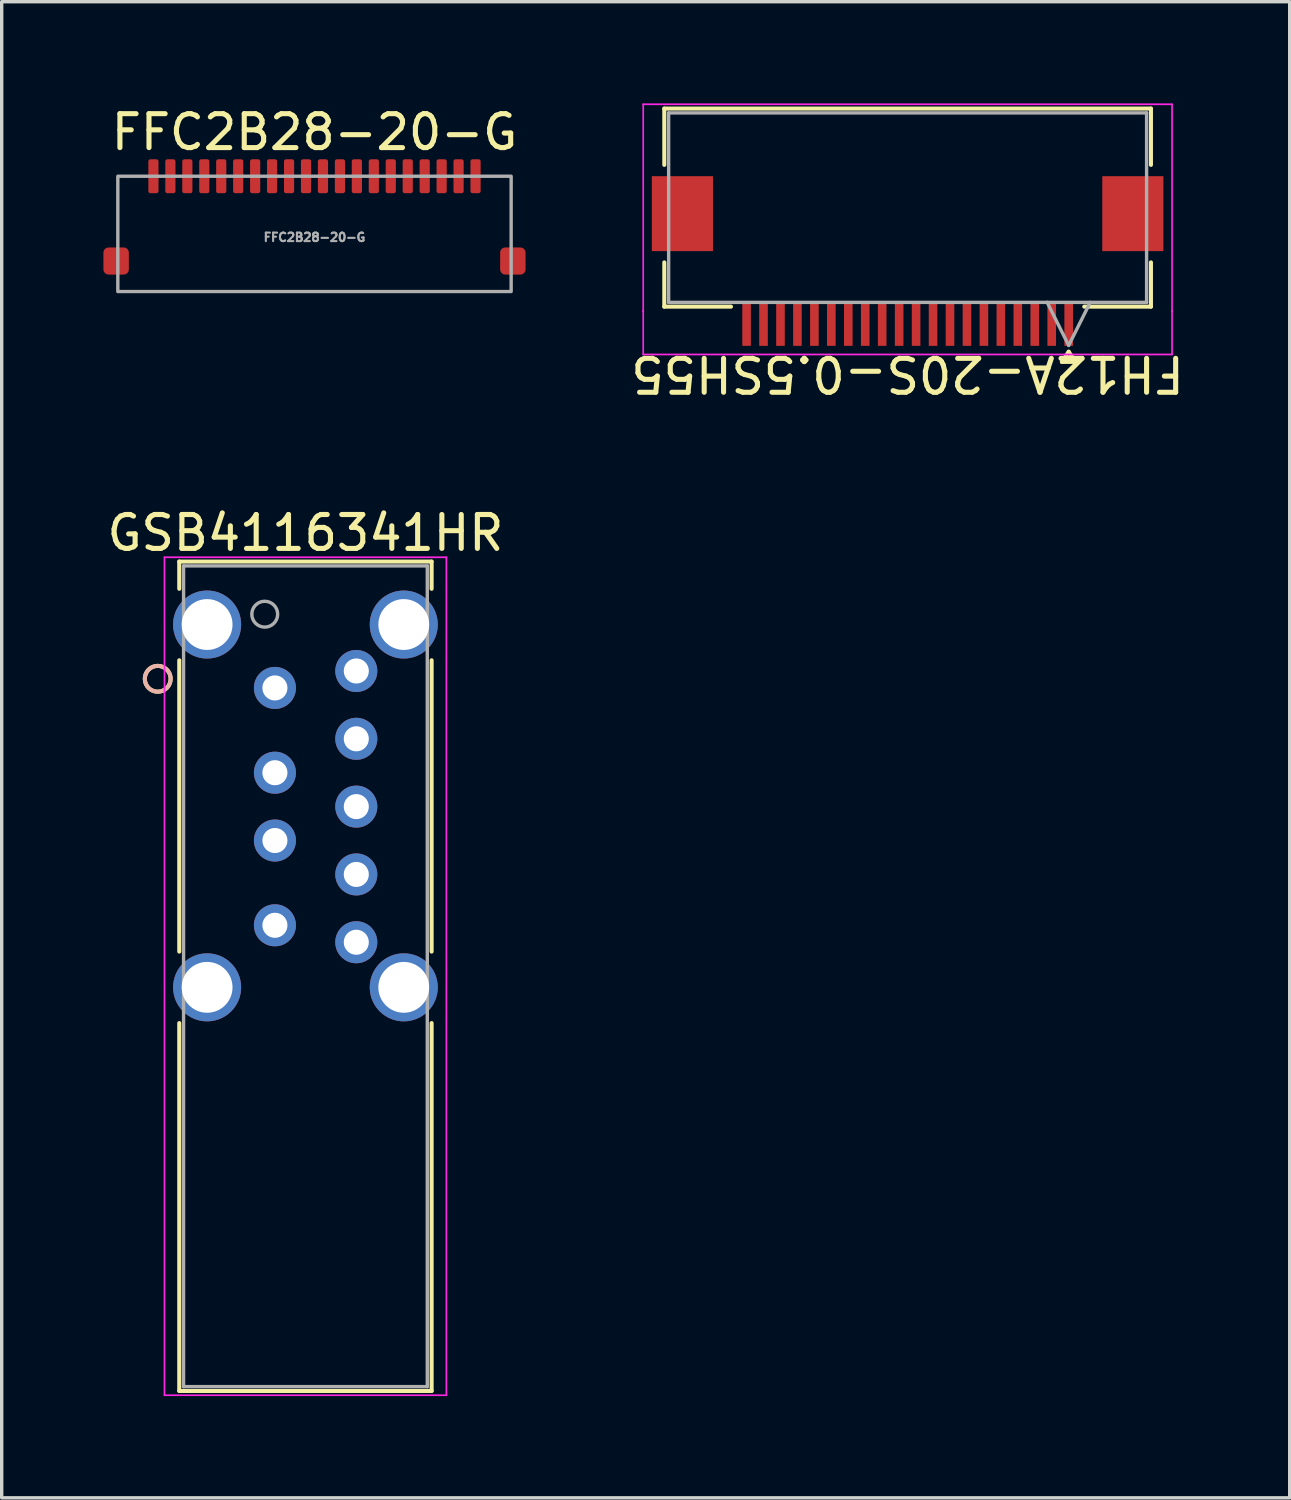
<source format=kicad_pcb>
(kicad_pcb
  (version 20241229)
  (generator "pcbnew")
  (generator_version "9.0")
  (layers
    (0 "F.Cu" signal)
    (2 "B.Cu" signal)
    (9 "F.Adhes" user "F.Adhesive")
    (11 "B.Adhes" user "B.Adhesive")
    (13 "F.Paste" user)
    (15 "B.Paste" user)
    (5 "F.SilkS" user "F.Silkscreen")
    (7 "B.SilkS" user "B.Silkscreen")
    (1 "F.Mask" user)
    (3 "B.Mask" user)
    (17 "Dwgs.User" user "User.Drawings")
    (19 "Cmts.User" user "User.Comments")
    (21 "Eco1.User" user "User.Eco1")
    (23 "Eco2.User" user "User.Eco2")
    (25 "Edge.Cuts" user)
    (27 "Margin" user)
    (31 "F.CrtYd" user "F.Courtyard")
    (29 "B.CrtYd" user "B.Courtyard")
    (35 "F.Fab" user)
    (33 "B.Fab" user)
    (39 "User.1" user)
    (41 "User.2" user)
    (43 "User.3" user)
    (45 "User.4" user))
  (footprint "FH12A-20S-0.5SH55"
    (layer "F.Cu")
    (at 23.718 3.073)
    (property "Reference" "FH12A-20S-0.5SH55" (at 0 4.9 180) (unlocked yes) (layer "F.SilkS") (effects (font (size 1 1) (thickness 0.15))))
    (attr smd)
    (fp_line (start -7.176 -2.921) (end -7.176 -1.26) (stroke (width 0.12) (type solid)) (layer "F.SilkS"))
    (fp_line (start -7.176 1.615) (end -7.176 2.921) (stroke (width 0.12) (type solid)) (layer "F.SilkS"))
    (fp_line (start -7.176 2.921) (end -5.21 2.921) (stroke (width 0.12) (type solid)) (layer "F.SilkS"))
    (fp_line (start 4.55 4.55) (end 4.95 4.55) (stroke (width 0.12) (type solid)) (layer "F.SilkS"))
    (fp_line (start 4.75 4.25) (end 4.55 4.55) (stroke (width 0.12) (type solid)) (layer "F.SilkS"))
    (fp_line (start 4.95 4.55) (end 4.75 4.25) (stroke (width 0.12) (type solid)) (layer "F.SilkS"))
    (fp_line (start 5.21 2.921) (end 7.176 2.921) (stroke (width 0.12) (type solid)) (layer "F.SilkS"))
    (fp_line (start 7.176 -2.921) (end -7.176 -2.921) (stroke (width 0.12) (type solid)) (layer "F.SilkS"))
    (fp_line (start 7.176 -1.26) (end 7.176 -2.921) (stroke (width 0.12) (type solid)) (layer "F.SilkS"))
    (fp_line (start 7.176 2.921) (end 7.176 1.615) (stroke (width 0.12) (type solid)) (layer "F.SilkS"))
    (fp_line (start -7.798 -3.048) (end -7.798 3.048) (stroke (width 0.05) (type solid)) (layer "F.CrtYd"))
    (fp_line (start -7.798 3.048) (end -7.798 3.048) (stroke (width 0.05) (type solid)) (layer "F.CrtYd"))
    (fp_line (start -7.798 3.048) (end -7.798 3.048) (stroke (width 0.05) (type solid)) (layer "F.CrtYd"))
    (fp_line (start -7.798 3.048) (end -7.798 4.331) (stroke (width 0.05) (type solid)) (layer "F.CrtYd"))
    (fp_line (start -7.798 4.331) (end 7.798 4.331) (stroke (width 0.05) (type solid)) (layer "F.CrtYd"))
    (fp_line (start 7.798 -3.048) (end -7.798 -3.048) (stroke (width 0.05) (type solid)) (layer "F.CrtYd"))
    (fp_line (start 7.798 3.048) (end 7.798 -3.048) (stroke (width 0.05) (type solid)) (layer "F.CrtYd"))
    (fp_line (start 7.798 3.048) (end 7.798 3.048) (stroke (width 0.05) (type solid)) (layer "F.CrtYd"))
    (fp_line (start 7.798 3.048) (end 7.798 3.048) (stroke (width 0.05) (type solid)) (layer "F.CrtYd"))
    (fp_line (start 7.798 4.331) (end 7.798 3.048) (stroke (width 0.05) (type solid)) (layer "F.CrtYd"))
    (fp_line (start -7.048 -2.794) (end -7.048 2.794) (stroke (width 0.1) (type solid)) (layer "F.Fab"))
    (fp_line (start -7.048 2.794) (end 7.048 2.794) (stroke (width 0.1) (type solid)) (layer "F.Fab"))
    (fp_line (start 4.115 2.794) (end 4.75 4.064) (stroke (width 0.1) (type solid)) (layer "F.Fab"))
    (fp_line (start 5.385 2.794) (end 4.75 4.064) (stroke (width 0.1) (type solid)) (layer "F.Fab"))
    (fp_line (start 7.048 -2.794) (end -7.048 -2.794) (stroke (width 0.1) (type solid)) (layer "F.Fab"))
    (fp_line (start 7.048 2.794) (end 7.048 -2.794) (stroke (width 0.1) (type solid)) (layer "F.Fab"))
    (pad "1" smd rect (at 4.75 3.429 90) (size 1.295 0.254) (layers "F.Cu" "F.Mask" "F.Paste"))
    (pad "2" smd rect (at 4.25 3.429 90) (size 1.295 0.254) (layers "F.Cu" "F.Mask" "F.Paste"))
    (pad "3" smd rect (at 3.75 3.429 90) (size 1.295 0.254) (layers "F.Cu" "F.Mask" "F.Paste"))
    (pad "4" smd rect (at 3.25 3.429 90) (size 1.295 0.254) (layers "F.Cu" "F.Mask" "F.Paste"))
    (pad "5" smd rect (at 2.75 3.429 90) (size 1.295 0.254) (layers "F.Cu" "F.Mask" "F.Paste"))
    (pad "6" smd rect (at 2.25 3.429 90) (size 1.295 0.254) (layers "F.Cu" "F.Mask" "F.Paste"))
    (pad "7" smd rect (at 1.75 3.429 90) (size 1.295 0.254) (layers "F.Cu" "F.Mask" "F.Paste"))
    (pad "8" smd rect (at 1.25 3.429 90) (size 1.295 0.254) (layers "F.Cu" "F.Mask" "F.Paste"))
    (pad "9" smd rect (at 0.75 3.429 90) (size 1.295 0.254) (layers "F.Cu" "F.Mask" "F.Paste"))
    (pad "10" smd rect (at 0.25 3.429 90) (size 1.295 0.254) (layers "F.Cu" "F.Mask" "F.Paste"))
    (pad "11" smd rect (at -0.25 3.429 90) (size 1.295 0.254) (layers "F.Cu" "F.Mask" "F.Paste"))
    (pad "12" smd rect (at -0.75 3.429 90) (size 1.295 0.254) (layers "F.Cu" "F.Mask" "F.Paste"))
    (pad "13" smd rect (at -1.25 3.429 90) (size 1.295 0.254) (layers "F.Cu" "F.Mask" "F.Paste"))
    (pad "14" smd rect (at -1.75 3.429 90) (size 1.295 0.254) (layers "F.Cu" "F.Mask" "F.Paste"))
    (pad "15" smd rect (at -2.25 3.429 90) (size 1.295 0.254) (layers "F.Cu" "F.Mask" "F.Paste"))
    (pad "16" smd rect (at -2.75 3.429 90) (size 1.295 0.254) (layers "F.Cu" "F.Mask" "F.Paste"))
    (pad "17" smd rect (at -3.25 3.429 90) (size 1.295 0.254) (layers "F.Cu" "F.Mask" "F.Paste"))
    (pad "18" smd rect (at -3.75 3.429 90) (size 1.295 0.254) (layers "F.Cu" "F.Mask" "F.Paste"))
    (pad "19" smd rect (at -4.25 3.429 90) (size 1.295 0.254) (layers "F.Cu" "F.Mask" "F.Paste"))
    (pad "20" smd rect (at -4.75 3.429 90) (size 1.295 0.254) (layers "F.Cu" "F.Mask" "F.Paste"))
    (pad "MP" smd rect (at -6.642 0.178) (size 1.803 2.21) (layers "F.Cu" "F.Mask" "F.Paste"))
    (pad "MP" smd rect (at 6.642 0.178) (size 1.803 2.21) (layers "F.Cu" "F.Mask" "F.Paste")))
  (footprint "GSB4116341HR"
    (layer "F.Cu")
    (at 5.058 17.239)
    (property "Reference" "GSB4116341HR" (at 0.9 -4.57 0) (layer "F.SilkS") (effects (font (size 1 1) (thickness 0.15))))
    (attr through_hole)
    (fp_line (start -2.821 -3.727) (end -2.821 -2.924) (stroke (width 0.12) (type solid)) (layer "F.SilkS"))
    (fp_line (start -2.821 -0.816) (end -2.821 7.776) (stroke (width 0.12) (type solid)) (layer "F.SilkS"))
    (fp_line (start -2.821 9.884) (end -2.821 20.733) (stroke (width 0.12) (type solid)) (layer "F.SilkS"))
    (fp_line (start -2.821 20.733) (end 4.621 20.733) (stroke (width 0.12) (type solid)) (layer "F.SilkS"))
    (fp_line (start 4.621 -3.727) (end -2.821 -3.727) (stroke (width 0.12) (type solid)) (layer "F.SilkS"))
    (fp_line (start 4.621 -2.924) (end 4.621 -3.727) (stroke (width 0.12) (type solid)) (layer "F.SilkS"))
    (fp_line (start 4.621 7.776) (end 4.621 -0.816) (stroke (width 0.12) (type solid)) (layer "F.SilkS"))
    (fp_line (start 4.621 20.733) (end 4.621 9.884) (stroke (width 0.12) (type solid)) (layer "F.SilkS"))
    (fp_circle (center -3.456 -0.27) (end -3.075 -0.27) (stroke (width 0.12) (type solid)) (fill no) (layer "F.SilkS"))
    (fp_circle (center -3.456 -0.27) (end -3.075 -0.27) (stroke (width 0.12) (type solid)) (fill no) (layer "B.SilkS"))
    (fp_line (start -3.257 -3.854) (end -3.257 20.86) (stroke (width 0.05) (type solid)) (layer "F.CrtYd"))
    (fp_line (start -3.257 20.86) (end 5.057 20.86) (stroke (width 0.05) (type solid)) (layer "F.CrtYd"))
    (fp_line (start 5.057 -3.854) (end -3.257 -3.854) (stroke (width 0.05) (type solid)) (layer "F.CrtYd"))
    (fp_line (start 5.057 20.86) (end 5.057 -3.854) (stroke (width 0.05) (type solid)) (layer "F.CrtYd"))
    (fp_line (start -2.694 -3.6) (end -2.694 20.606) (stroke (width 0.1) (type solid)) (layer "F.Fab"))
    (fp_line (start -2.694 20.606) (end 4.494 20.606) (stroke (width 0.1) (type solid)) (layer "F.Fab"))
    (fp_line (start 4.494 -3.6) (end -2.694 -3.6) (stroke (width 0.1) (type solid)) (layer "F.Fab"))
    (fp_line (start 4.494 20.606) (end 4.494 -3.6) (stroke (width 0.1) (type solid)) (layer "F.Fab"))
    (fp_circle (center -0.3 -2.175) (end 0.081 -2.175) (stroke (width 0.1) (type solid)) (fill no) (layer "F.Fab"))
    (pad "1" thru_hole circle (at 0 0) (size 1.24 1.24) (drill 0.74) (layers "*.Cu" "*.Mask"))
    (pad "2" thru_hole circle (at 0 2.5) (size 1.24 1.24) (drill 0.74) (layers "*.Cu" "*.Mask"))
    (pad "3" thru_hole circle (at 0 4.5) (size 1.24 1.24) (drill 0.74) (layers "*.Cu" "*.Mask"))
    (pad "4" thru_hole circle (at 0 7) (size 1.24 1.24) (drill 0.74) (layers "*.Cu" "*.Mask"))
    (pad "5" thru_hole circle (at 2.4 7.5) (size 1.24 1.24) (drill 0.74) (layers "*.Cu" "*.Mask"))
    (pad "6" thru_hole circle (at 2.4 5.5) (size 1.24 1.24) (drill 0.74) (layers "*.Cu" "*.Mask"))
    (pad "7" thru_hole circle (at 2.4 3.5) (size 1.24 1.24) (drill 0.74) (layers "*.Cu" "*.Mask"))
    (pad "8" thru_hole circle (at 2.4 1.5) (size 1.24 1.24) (drill 0.74) (layers "*.Cu" "*.Mask"))
    (pad "9" thru_hole circle (at 2.4 -0.5) (size 1.24 1.24) (drill 0.74) (layers "*.Cu" "*.Mask"))
    (pad "10" thru_hole circle (at -2 -1.87) (size 2.007 2.007) (drill 1.499) (layers "*.Cu" "*.Mask"))
    (pad "10" thru_hole circle (at -2 8.83) (size 2.007 2.007) (drill 1.499) (layers "*.Cu" "*.Mask"))
    (pad "10" thru_hole circle (at 3.8 8.83) (size 2.007 2.007) (drill 1.499) (layers "*.Cu" "*.Mask"))
    (pad "10" thru_hole circle (at 3.8 -1.87) (size 2.007 2.007) (drill 1.499) (layers "*.Cu" "*.Mask")))
  (footprint "FFC2B28-20-G"
    (layer "F.Cu")
    (at 6.225 2.148)
    (property "Reference" "FFC2B28-20-G" (at 0 -1.3 0) (unlocked yes) (layer "F.SilkS") (effects (font (size 1 1) (thickness 0.15))))
    (attr smd)
    (fp_rect (start -5.8 0) (end 5.8 3.4) (stroke (width 0.1) (type solid)) (fill no) (layer "F.Fab"))
    (fp_text user "${REFERENCE}" (at 0 1.8 0) (unlocked yes) (layer "F.Fab") (effects (font (size 0.25 0.25) (thickness 0.062))))
    (pad "1" smd roundrect (at -4.75 0) (size 0.3 1) (layers "F.Cu" "F.Mask" "F.Paste") (roundrect_rratio 0.2))
    (pad "2" smd roundrect (at -4.25 0) (size 0.3 1) (layers "F.Cu" "F.Mask" "F.Paste") (roundrect_rratio 0.2))
    (pad "3" smd roundrect (at -3.75 0) (size 0.3 1) (layers "F.Cu" "F.Mask" "F.Paste") (roundrect_rratio 0.2))
    (pad "4" smd roundrect (at -3.25 0) (size 0.3 1) (layers "F.Cu" "F.Mask" "F.Paste") (roundrect_rratio 0.2))
    (pad "5" smd roundrect (at -2.75 0) (size 0.3 1) (layers "F.Cu" "F.Mask" "F.Paste") (roundrect_rratio 0.2))
    (pad "6" smd roundrect (at -2.25 0) (size 0.3 1) (layers "F.Cu" "F.Mask" "F.Paste") (roundrect_rratio 0.2))
    (pad "7" smd roundrect (at -1.75 0) (size 0.3 1) (layers "F.Cu" "F.Mask" "F.Paste") (roundrect_rratio 0.2))
    (pad "8" smd roundrect (at -1.25 0) (size 0.3 1) (layers "F.Cu" "F.Mask" "F.Paste") (roundrect_rratio 0.2))
    (pad "9" smd roundrect (at -0.75 0) (size 0.3 1) (layers "F.Cu" "F.Mask" "F.Paste") (roundrect_rratio 0.2))
    (pad "10" smd roundrect (at -0.25 0) (size 0.3 1) (layers "F.Cu" "F.Mask" "F.Paste") (roundrect_rratio 0.2))
    (pad "11" smd roundrect (at 0.25 0) (size 0.3 1) (layers "F.Cu" "F.Mask" "F.Paste") (roundrect_rratio 0.2))
    (pad "12" smd roundrect (at 0.75 0) (size 0.3 1) (layers "F.Cu" "F.Mask" "F.Paste") (roundrect_rratio 0.2))
    (pad "13" smd roundrect (at 1.25 0) (size 0.3 1) (layers "F.Cu" "F.Mask" "F.Paste") (roundrect_rratio 0.2))
    (pad "14" smd roundrect (at 1.75 0) (size 0.3 1) (layers "F.Cu" "F.Mask" "F.Paste") (roundrect_rratio 0.2))
    (pad "15" smd roundrect (at 2.25 0) (size 0.3 1) (layers "F.Cu" "F.Mask" "F.Paste") (roundrect_rratio 0.2))
    (pad "16" smd roundrect (at 2.75 0) (size 0.3 1) (layers "F.Cu" "F.Mask" "F.Paste") (roundrect_rratio 0.2))
    (pad "17" smd roundrect (at 3.25 0) (size 0.3 1) (layers "F.Cu" "F.Mask" "F.Paste") (roundrect_rratio 0.2))
    (pad "18" smd roundrect (at 3.75 0) (size 0.3 1) (layers "F.Cu" "F.Mask" "F.Paste") (roundrect_rratio 0.2))
    (pad "19" smd roundrect (at 4.25 0) (size 0.3 1) (layers "F.Cu" "F.Mask" "F.Paste") (roundrect_rratio 0.2))
    (pad "20" smd roundrect (at 4.75 0) (size 0.3 1) (layers "F.Cu" "F.Mask" "F.Paste") (roundrect_rratio 0.2))
    (pad "21" smd roundrect (at -5.85 2.5) (size 0.75 0.8) (layers "F.Cu" "F.Mask" "F.Paste") (roundrect_rratio 0.2))
    (pad "21" smd roundrect (at 5.85 2.5) (size 0.75 0.8) (layers "F.Cu" "F.Mask" "F.Paste") (roundrect_rratio 0.2)))
  (gr_rect
    (start -3 -3)
    (end 34.986 41.125)
    (stroke (width 0.1) (type default))
    (fill no)
    (layer "Edge.Cuts")))
</source>
